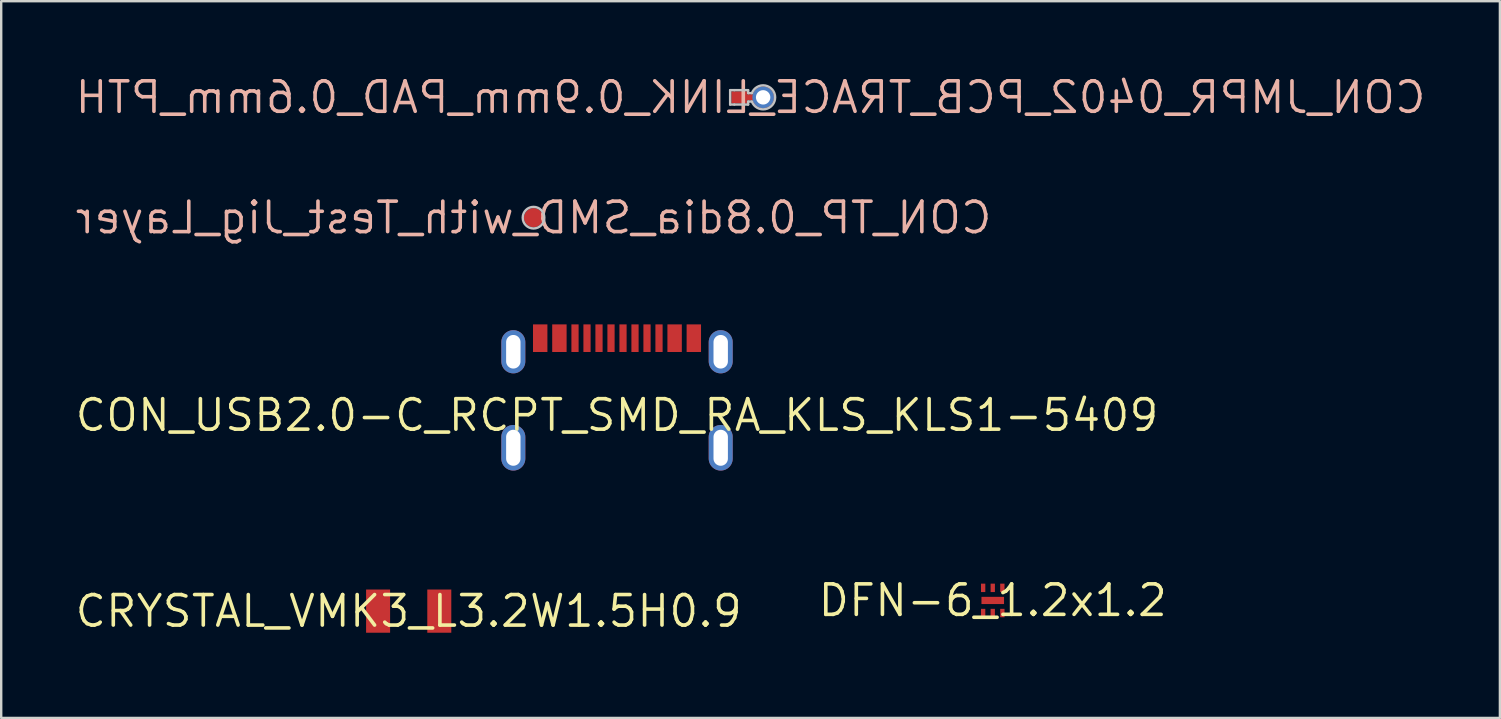
<source format=kicad_pcb>
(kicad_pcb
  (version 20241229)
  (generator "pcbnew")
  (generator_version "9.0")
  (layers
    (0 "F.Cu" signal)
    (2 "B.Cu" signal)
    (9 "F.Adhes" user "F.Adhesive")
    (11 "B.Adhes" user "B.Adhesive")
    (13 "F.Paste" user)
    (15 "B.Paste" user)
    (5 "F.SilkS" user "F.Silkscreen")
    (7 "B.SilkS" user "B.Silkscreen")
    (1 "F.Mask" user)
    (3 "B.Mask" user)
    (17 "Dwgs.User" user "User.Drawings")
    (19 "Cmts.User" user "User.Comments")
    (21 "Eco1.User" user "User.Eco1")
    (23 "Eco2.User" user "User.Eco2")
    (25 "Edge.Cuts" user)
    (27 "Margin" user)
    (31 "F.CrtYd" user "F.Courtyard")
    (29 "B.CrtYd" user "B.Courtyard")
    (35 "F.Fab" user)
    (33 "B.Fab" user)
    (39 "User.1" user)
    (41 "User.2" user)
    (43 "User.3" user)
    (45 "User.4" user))
  (footprint "CRYSTAL_VMK3_L3.2W1.5H0.9"
    (layer "F.Cu")
    (at 13.977 22.411)
    (property "Reference" "CRYSTAL_VMK3_L3.2W1.5H0.9" (at 0 0 0) (layer "F.SilkS") (effects (font (size 1.27 1.27) (thickness 0.15))))
    (fp_line (start -2.275 -1.4) (end -2.275 1.4) (stroke (width 0.102) (type solid)) (layer "Eco1.User"))
    (fp_line (start 0 -0.25) (end 0 0.25) (stroke (width 0.1) (type solid)) (layer "Eco1.User"))
    (fp_line (start 0.25 0) (end -0.25 0) (stroke (width 0.1) (type solid)) (layer "Eco1.User"))
    (fp_line (start 2.275 -1.4) (end -2.275 -1.4) (stroke (width 0.102) (type solid)) (layer "Eco1.User"))
    (fp_line (start 2.275 -1.4) (end 2.275 1.4) (stroke (width 0.102) (type solid)) (layer "Eco1.User"))
    (fp_line (start 2.275 1.4) (end -2.275 1.4) (stroke (width 0.102) (type solid)) (layer "Eco1.User"))
    (fp_line (start -1.6 -0.75) (end -1.6 0.75) (stroke (width 0.102) (type solid)) (layer "Eco2.User"))
    (fp_line (start 1.6 -0.75) (end -1.6 -0.75) (stroke (width 0.102) (type solid)) (layer "Eco2.User"))
    (fp_line (start 1.6 -0.75) (end 1.6 0.75) (stroke (width 0.102) (type solid)) (layer "Eco2.User"))
    (fp_line (start 1.6 0.75) (end -1.6 0.75) (stroke (width 0.102) (type solid)) (layer "Eco2.User"))
    (fp_text_box "" (start 0.791 -0.2) (end 0.791 -0.2) (margins 0.406 0.406 0.406 0.406) (angle 180) (layer "F.Cu") (effects (font (size 0.475 0.4) (thickness 0.075)) (justify left bottom)) (border yes) (stroke (width 0.1) (type default)))
    (pad "1" smd rect (at -1.275 0 90) (size 1.8 1) (layers "F.Cu" "F.Mask" "F.Paste"))
    (pad "2" smd rect (at 1.275 0 90) (size 1.8 1) (layers "F.Cu" "F.Mask" "F.Paste")))
  (footprint "DFN-6_1.2x1.2"
    (layer "F.Cu")
    (at 38.31 21.966)
    (property "Reference" "DFN-6_1.2x1.2" (at 0 0 0) (layer "F.SilkS") (effects (font (size 1.27 1.27) (thickness 0.15))))
    (fp_line (start -0.75 -0.85) (end -0.75 0.85) (stroke (width 0.1) (type solid)) (layer "Eco1.User"))
    (fp_line (start 0 -0.5) (end 0 0.5) (stroke (width 0.1) (type solid)) (layer "Eco1.User"))
    (fp_line (start 0.5 0) (end -0.5 0) (stroke (width 0.1) (type solid)) (layer "Eco1.User"))
    (fp_line (start 0.75 -0.85) (end -0.75 -0.85) (stroke (width 0.1) (type solid)) (layer "Eco1.User"))
    (fp_line (start 0.75 -0.85) (end 0.75 0.85) (stroke (width 0.1) (type solid)) (layer "Eco1.User"))
    (fp_line (start 0.75 0.85) (end -0.75 0.85) (stroke (width 0.1) (type solid)) (layer "Eco1.User"))
    (fp_line (start -0.6 -0.6) (end -0.6 0.6) (stroke (width 0.1) (type solid)) (layer "Eco2.User"))
    (fp_line (start 0.6 -0.6) (end -0.6 -0.6) (stroke (width 0.1) (type solid)) (layer "Eco2.User"))
    (fp_line (start 0.6 -0.6) (end 0.6 0.6) (stroke (width 0.1) (type solid)) (layer "Eco2.User"))
    (fp_line (start 0.6 0.6) (end -0.6 0.6) (stroke (width 0.1) (type solid)) (layer "Eco2.User"))
    (fp_circle (center -0.375 0.375) (end -0.375 0.4) (stroke (width 0.19) (type solid)) (fill no) (layer "Eco2.User"))
    (fp_text_box "" (start -0.672 1.031) (end -0.672 1.031) (margins 0.657 0.657 0.657 0.657) (angle 90) (layer "F.Cu") (effects (font (size 0.81 0.65) (thickness 0.16)) (justify left bottom)) (border yes) (stroke (width 0.1) (type default)))
    (fp_text_box "" (start 0.749 0.775) (end 0.749 0.775) (margins 0.406 0.406 0.406 0.406) (angle 180) (layer "F.Cu") (effects (font (size 0.475 0.4) (thickness 0.075)) (justify left bottom)) (border yes) (stroke (width 0.1) (type default)))
    (pad "1" smd rect (at -0.4 0.525) (size 0.18 0.35) (layers "F.Cu" "F.Mask" "F.Paste"))
    (pad "2" smd rect (at 0 0.525) (size 0.18 0.35) (layers "F.Cu" "F.Mask" "F.Paste"))
    (pad "3" smd rect (at 0.4 0.525) (size 0.18 0.35) (layers "F.Cu" "F.Mask" "F.Paste"))
    (pad "4" smd rect (at 0.4 -0.525) (size 0.18 0.35) (layers "F.Cu" "F.Mask" "F.Paste"))
    (pad "5" smd rect (at 0 -0.525) (size 0.18 0.35) (layers "F.Cu" "F.Mask" "F.Paste"))
    (pad "6" smd rect (at -0.4 -0.525) (size 0.18 0.35) (layers "F.Cu" "F.Mask" "F.Paste"))
    (pad "7" smd rect (at 0 0) (size 0.94 0.3) (layers "F.Cu" "F.Mask" "F.Paste")))
  (footprint "CON_USB2.0-C_RCPT_SMD_RA_KLS_KLS1-5409"
    (layer "F.Cu")
    (at 22.656 14.25)
    (property "Reference" "CON_USB2.0-C_RCPT_SMD_RA_KLS_KLS1-5409" (at 0 0 0) (layer "F.SilkS") (effects (font (size 1.27 1.27) (thickness 0.15))))
    (fp_poly (pts (xy -4.07 -1.995) (xy -4.07 -3.295) (xy -4.57 -3.295) (xy -4.57 -1.995)) (stroke (width 0.5) (type solid)) (fill yes) (layer "F.Paste"))
    (fp_poly (pts (xy -4.07 2.055) (xy -4.07 0.655) (xy -4.57 0.655) (xy -4.57 2.055)) (stroke (width 0.5) (type solid)) (fill yes) (layer "F.Paste"))
    (fp_poly (pts (xy 4.57 -1.995) (xy 4.57 -3.295) (xy 4.07 -3.295) (xy 4.07 -1.995)) (stroke (width 0.5) (type solid)) (fill yes) (layer "F.Paste"))
    (fp_poly (pts (xy 4.57 2.055) (xy 4.57 0.655) (xy 4.07 0.655) (xy 4.07 2.055)) (stroke (width 0.5) (type solid)) (fill yes) (layer "F.Paste"))
    (fp_line (start -5.02 3.659) (end -5.02 -4.176) (stroke (width 0.1) (type solid)) (layer "Eco1.User"))
    (fp_line (start 0 0.5) (end 0 -0.5) (stroke (width 0.1) (type solid)) (layer "Eco1.User"))
    (fp_line (start 0.5 0) (end -0.5 0) (stroke (width 0.1) (type solid)) (layer "Eco1.User"))
    (fp_line (start 5.02 -4.176) (end -5.02 -4.176) (stroke (width 0.1) (type solid)) (layer "Eco1.User"))
    (fp_line (start 5.02 3.659) (end -5.02 3.659) (stroke (width 0.1) (type solid)) (layer "Eco1.User"))
    (fp_line (start 5.02 3.659) (end 5.02 -4.176) (stroke (width 0.1) (type solid)) (layer "Eco1.User"))
    (fp_line (start -4.47 3.455) (end -4.47 -3.455) (stroke (width 0.1) (type solid)) (layer "Eco2.User"))
    (fp_line (start 4.47 -3.455) (end -4.47 -3.455) (stroke (width 0.1) (type solid)) (layer "Eco2.User"))
    (fp_line (start 4.47 3.455) (end -4.47 3.455) (stroke (width 0.1) (type solid)) (layer "Eco2.User"))
    (fp_line (start 4.47 3.455) (end 4.47 -3.455) (stroke (width 0.1) (type solid)) (layer "Eco2.User"))
    (fp_text_box "" (start -3.983 -3.772) (end -3.983 -3.772) (margins 0.95 0.95 0.95 0.95) (layer "F.Cu") (effects (font (size 1.2 1) (thickness 0.2)) (justify left bottom)) (border yes) (stroke (width 0.1) (type default)))
    (fp_text_box "" (start 0.48 0.759) (end 0.48 0.759) (margins 0.406 0.406 0.406 0.406) (angle 90) (layer "F.Cu") (effects (font (size 0.475 0.4) (thickness 0.075)) (justify left bottom)) (border yes) (stroke (width 0.1) (type default)))
    (pad "1" thru_hole oval (at -4.32 -2.645) (size 1 1.8) (drill oval 0.6 1.4) (layers "*.Cu" "*.Mask"))
    (pad "2" thru_hole oval (at 4.32 -2.645) (size 1 1.8) (drill oval 0.6 1.4) (layers "*.Cu" "*.Mask"))
    (pad "3" thru_hole oval (at -4.32 1.355) (size 1 1.9) (drill oval 0.6 1.5) (layers "*.Cu" "*.Mask"))
    (pad "4" thru_hole oval (at 4.32 1.355) (size 1 1.9) (drill oval 0.6 1.5) (layers "*.Cu" "*.Mask"))
    (pad "A1/B12" smd rect (at -3.2 -3.21) (size 0.6 1.15) (layers "F.Cu" "F.Mask" "F.Paste"))
    (pad "A4/B9" smd rect (at -2.4 -3.21) (size 0.6 1.15) (layers "F.Cu" "F.Mask" "F.Paste"))
    (pad "A5" smd rect (at -1.25 -3.21) (size 0.3 1.15) (layers "F.Cu" "F.Mask" "F.Paste"))
    (pad "A6" smd rect (at -0.25 -3.21) (size 0.3 1.15) (layers "F.Cu" "F.Mask" "F.Paste"))
    (pad "A7" smd rect (at 0.25 -3.21) (size 0.3 1.15) (layers "F.Cu" "F.Mask" "F.Paste"))
    (pad "A8" smd rect (at 1.25 -3.21) (size 0.3 1.15) (layers "F.Cu" "F.Mask" "F.Paste"))
    (pad "B1/A12" smd rect (at 3.2 -3.21) (size 0.6 1.15) (layers "F.Cu" "F.Mask" "F.Paste"))
    (pad "B4/A9" smd rect (at 2.4 -3.21) (size 0.6 1.15) (layers "F.Cu" "F.Mask" "F.Paste"))
    (pad "B5" smd rect (at 1.75 -3.21) (size 0.3 1.15) (layers "F.Cu" "F.Mask" "F.Paste"))
    (pad "B6" smd rect (at 0.75 -3.21) (size 0.3 1.15) (layers "F.Cu" "F.Mask" "F.Paste"))
    (pad "B7" smd rect (at -0.75 -3.21) (size 0.3 1.15) (layers "F.Cu" "F.Mask" "F.Paste"))
    (pad "B8" smd rect (at -1.75 -3.21) (size 0.3 1.15) (layers "F.Cu" "F.Mask" "F.Paste")))
  (footprint "CON_JMPR_0402_PCB_TRACE_LINK_0.9mm_PAD_0.6mm_PTH"
    (layer "F.Cu")
    (at 28.219 1.006)
    (property "Reference" "CON_JMPR_0402_PCB_TRACE_LINK_0.9mm_PAD_0.6mm_PTH" (at 0 0 0) (layer "B.SilkS") (effects (font (size 1.27 1.27) (thickness 0.15)) (justify mirror)))
    (fp_rect (start 0.525 0.25) (end -0.8 -0.25) (stroke (width 0) (type default)) (fill yes) (layer "F.Mask"))
    (fp_line (start -0.85 0.3) (end -0.85 -0.3) (stroke (width 0.1) (type solid)) (layer "Dwgs.User"))
    (fp_line (start -0.676 -0.3) (end -0.85 -0.3) (stroke (width 0.1) (type solid)) (layer "Dwgs.User"))
    (fp_line (start -0.676 0.3) (end -0.85 0.3) (stroke (width 0.1) (type solid)) (layer "Dwgs.User"))
    (fp_line (start -0.327 -0.3) (end -0.676 -0.3) (stroke (width 0.1) (type solid)) (layer "Dwgs.User"))
    (fp_line (start -0.327 0.3) (end -0.676 0.3) (stroke (width 0.1) (type solid)) (layer "Dwgs.User"))
    (fp_line (start -0.1 -0.3) (end -0.327 -0.3) (stroke (width 0.1) (type solid)) (layer "Dwgs.User"))
    (fp_line (start -0.1 -0.175) (end -0.1 -0.3) (stroke (width 0.1) (type solid)) (layer "Dwgs.User"))
    (fp_line (start -0.1 0.3) (end -0.327 0.3) (stroke (width 0.1) (type solid)) (layer "Dwgs.User"))
    (fp_line (start -0.1 0.3) (end -0.1 0.175) (stroke (width 0.1) (type solid)) (layer "Dwgs.User"))
    (fp_line (start 0.057 -0.175) (end -0.1 -0.175) (stroke (width 0.1) (type solid)) (layer "Dwgs.User"))
    (fp_line (start 0.057 0.175) (end -0.1 0.175) (stroke (width 0.1) (type solid)) (layer "Dwgs.User"))
    (fp_arc (start 0.056626 -0.175001) (mid 1.025 0) (end 0.056626 0.175001) (stroke (width 0.1) (type solid)) (layer "Dwgs.User"))
    (fp_line (start -1 0.45) (end -1 -0.45) (stroke (width 0.1) (type solid)) (layer "Eco1.User"))
    (fp_line (start -0.011 -0.45) (end -1 -0.45) (stroke (width 0.1) (type solid)) (layer "Eco1.User"))
    (fp_line (start -0.011 0.45) (end -1 0.45) (stroke (width 0.1) (type solid)) (layer "Eco1.User"))
    (fp_line (start 0 0.275) (end 0 -0.275) (stroke (width 0.1) (type solid)) (layer "Eco1.User"))
    (fp_line (start 0.275 0) (end -0.275 0) (stroke (width 0.1) (type solid)) (layer "Eco1.User"))
    (fp_arc (start -0.011191 -0.449999) (mid 1.225 0) (end -0.011191 0.449999) (stroke (width 0.1) (type solid)) (layer "Eco1.User"))
    (fp_text_box "" (start -1.135 -0.2) (end -1.135 -0.2) (margins 0.406 0.406 0.406 0.406) (angle 180) (layer "B.Cu") (effects (font (size 0.475 0.4) (thickness 0.075)) (justify left bottom)) (border yes) (stroke (width 0.1) (type default)))
    (pad "" smd rect (at 0 0 180) (size 0.35 0.25) (layers "F.Cu"))
    (pad "1" smd rect (at -0.475 0 270) (size 0.5 0.65) (layers "F.Cu" "F.Mask" "F.Paste"))
    (pad "2" thru_hole circle (at 0.525 0 180) (size 0.9 0.9) (drill 0.6) (layers "*.Cu" "*.Mask")))
  (footprint "CON_TP_0.8dia_SMD_with_Test_Jig_Layer"
    (layer "F.Cu")
    (at 19.178 6.019)
    (property "Reference" "CON_TP_0.8dia_SMD_with_Test_Jig_Layer" (at 0 0 0) (layer "B.SilkS") (effects (font (size 1.27 1.27) (thickness 0.15)) (justify mirror)))
    (fp_circle (center 0 0) (end 0 -0.45) (stroke (width 0.1) (type solid)) (fill no) (layer "Dwgs.User"))
    (fp_circle (center 0 0) (end 0 -0.6) (stroke (width 0.1) (type solid)) (fill no) (layer "Eco1.User"))
    (fp_text_box "" (start 0.675 0.2) (end 0.675 0.2) (margins 0.406 0.406 0.406 0.406) (layer "B.Cu") (effects (font (size 0.475 0.4) (thickness 0.075)) (justify left bottom)) (border yes) (stroke (width 0.1) (type default)))
    (pad "1" smd circle (at 0 0 180) (size 0.8 0.8) (layers "F.Cu" "F.Mask" "F.Paste")))
  (gr_rect
    (start -3 -3)
    (end 59.439 26.861)
    (stroke (width 0.1) (type default))
    (fill no)
    (layer "Edge.Cuts")))
</source>
